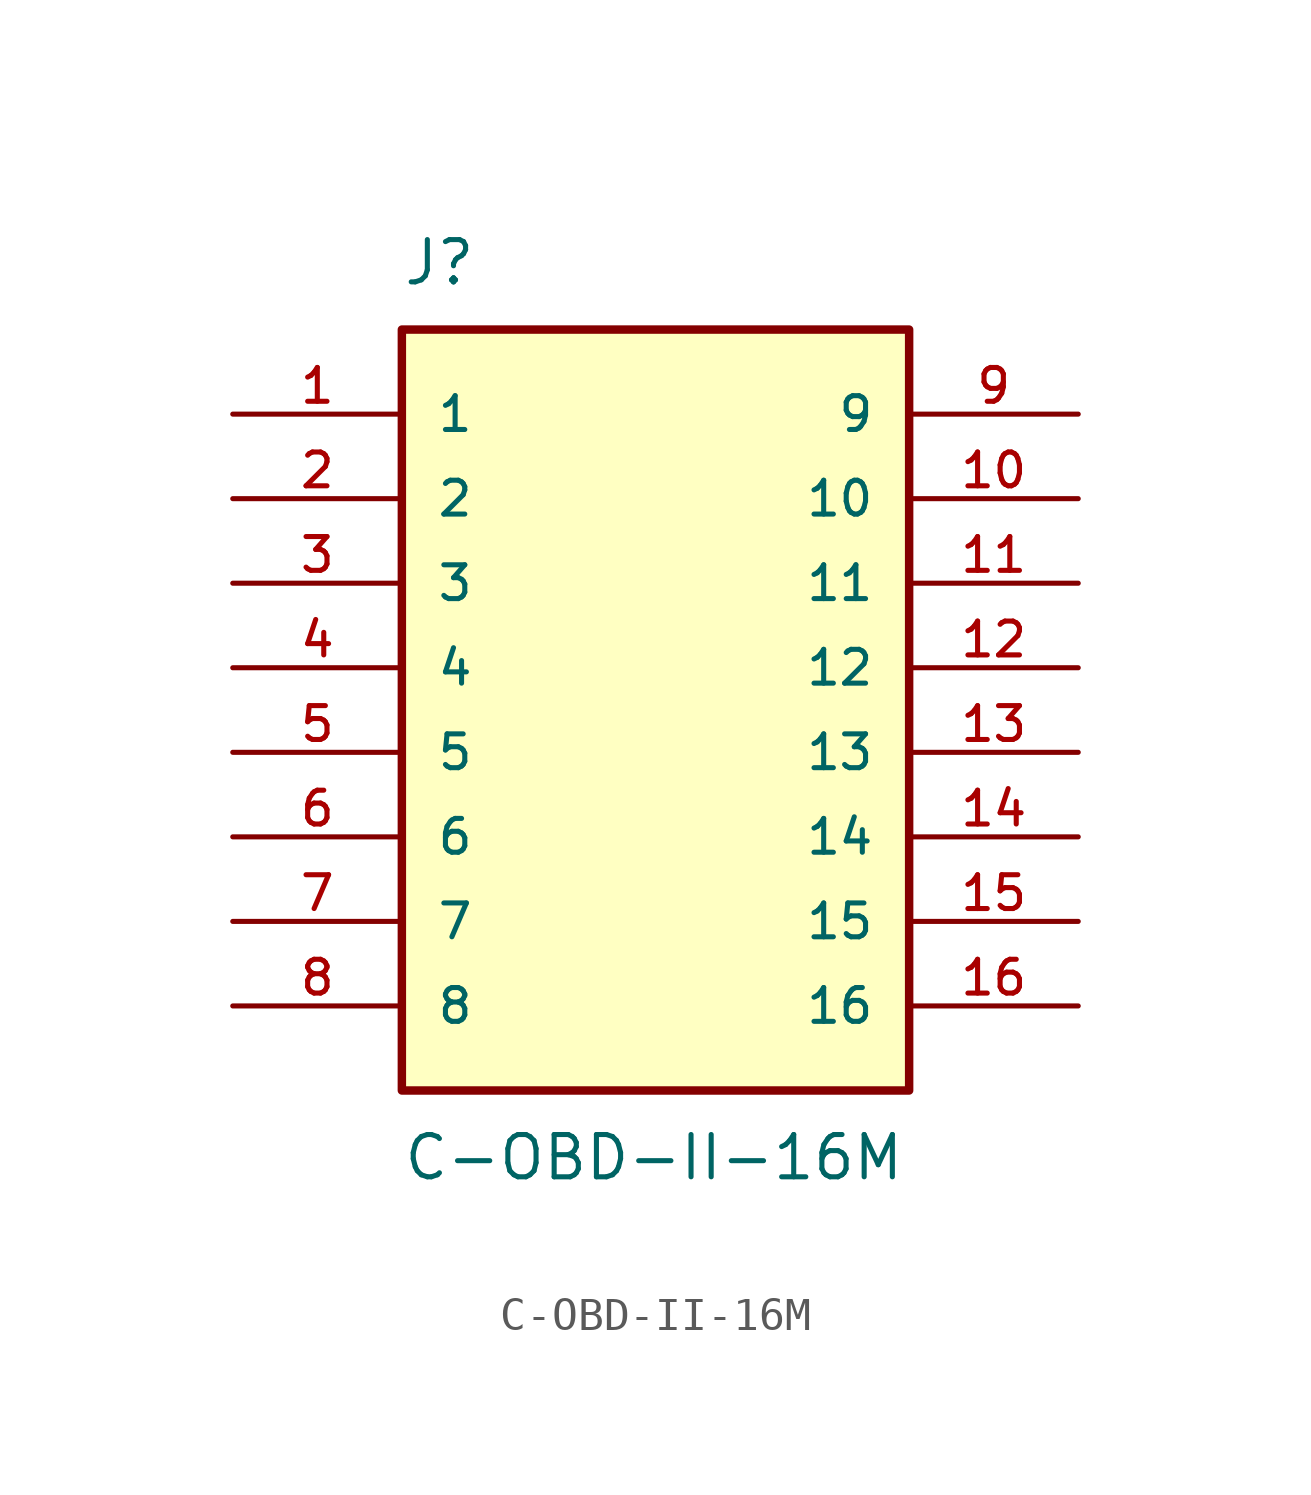
<source format=kicad_sym>
(kicad_symbol_lib
  (version 20211014)
  (generator kicad_symbol_editor)
  (symbol "C-OBD-II-16M"
    (pin_names
      (offset 1.016))
    (property "Reference" "J"
      (at -7.62 11.43 0)
      (effects (font (size 1.27 1.27)) (justify bottom left)))
    (property "Value" "C-OBD-II-16M"
      (at -7.62 -13.97 0)
      (effects (font (size 1.27 1.27)) (justify top left)))
    (symbol "C-OBD-II-16M_0_0"
      (rectangle (start -7.62 -12.7) (end 7.62 10.16) (stroke (width 0.254)) (fill (type background)))
      (pin passive line (at -12.7 7.62 0) (length 5.08) (name "1" (effects (font (size 1.016 1.016)))) (number "1" (effects (font (size 1.016 1.016)))))
      (pin passive line (at -12.7 5.08 0) (length 5.08) (name "2" (effects (font (size 1.016 1.016)))) (number "2" (effects (font (size 1.016 1.016)))))
      (pin passive line (at -12.7 2.54 0) (length 5.08) (name "3" (effects (font (size 1.016 1.016)))) (number "3" (effects (font (size 1.016 1.016)))))
      (pin passive line (at -12.7 0.0 0) (length 5.08) (name "4" (effects (font (size 1.016 1.016)))) (number "4" (effects (font (size 1.016 1.016)))))
      (pin passive line (at -12.7 -2.54 0) (length 5.08) (name "5" (effects (font (size 1.016 1.016)))) (number "5" (effects (font (size 1.016 1.016)))))
      (pin passive line (at -12.7 -5.08 0) (length 5.08) (name "6" (effects (font (size 1.016 1.016)))) (number "6" (effects (font (size 1.016 1.016)))))
      (pin passive line (at -12.7 -7.62 0) (length 5.08) (name "7" (effects (font (size 1.016 1.016)))) (number "7" (effects (font (size 1.016 1.016)))))
      (pin passive line (at -12.7 -10.16 0) (length 5.08) (name "8" (effects (font (size 1.016 1.016)))) (number "8" (effects (font (size 1.016 1.016)))))
      (pin passive line (at 12.7 7.62 180.0) (length 5.08) (name "9" (effects (font (size 1.016 1.016)))) (number "9" (effects (font (size 1.016 1.016)))))
      (pin passive line (at 12.7 5.08 180.0) (length 5.08) (name "10" (effects (font (size 1.016 1.016)))) (number "10" (effects (font (size 1.016 1.016)))))
      (pin passive line (at 12.7 2.54 180.0) (length 5.08) (name "11" (effects (font (size 1.016 1.016)))) (number "11" (effects (font (size 1.016 1.016)))))
      (pin passive line (at 12.7 0.0 180.0) (length 5.08) (name "12" (effects (font (size 1.016 1.016)))) (number "12" (effects (font (size 1.016 1.016)))))
      (pin passive line (at 12.7 -2.54 180.0) (length 5.08) (name "13" (effects (font (size 1.016 1.016)))) (number "13" (effects (font (size 1.016 1.016)))))
      (pin passive line (at 12.7 -5.08 180.0) (length 5.08) (name "14" (effects (font (size 1.016 1.016)))) (number "14" (effects (font (size 1.016 1.016)))))
      (pin passive line (at 12.7 -7.62 180.0) (length 5.08) (name "15" (effects (font (size 1.016 1.016)))) (number "15" (effects (font (size 1.016 1.016)))))
      (pin passive line (at 12.7 -10.16 180.0) (length 5.08) (name "16" (effects (font (size 1.016 1.016)))) (number "16" (effects (font (size 1.016 1.016))))))))
</source>
